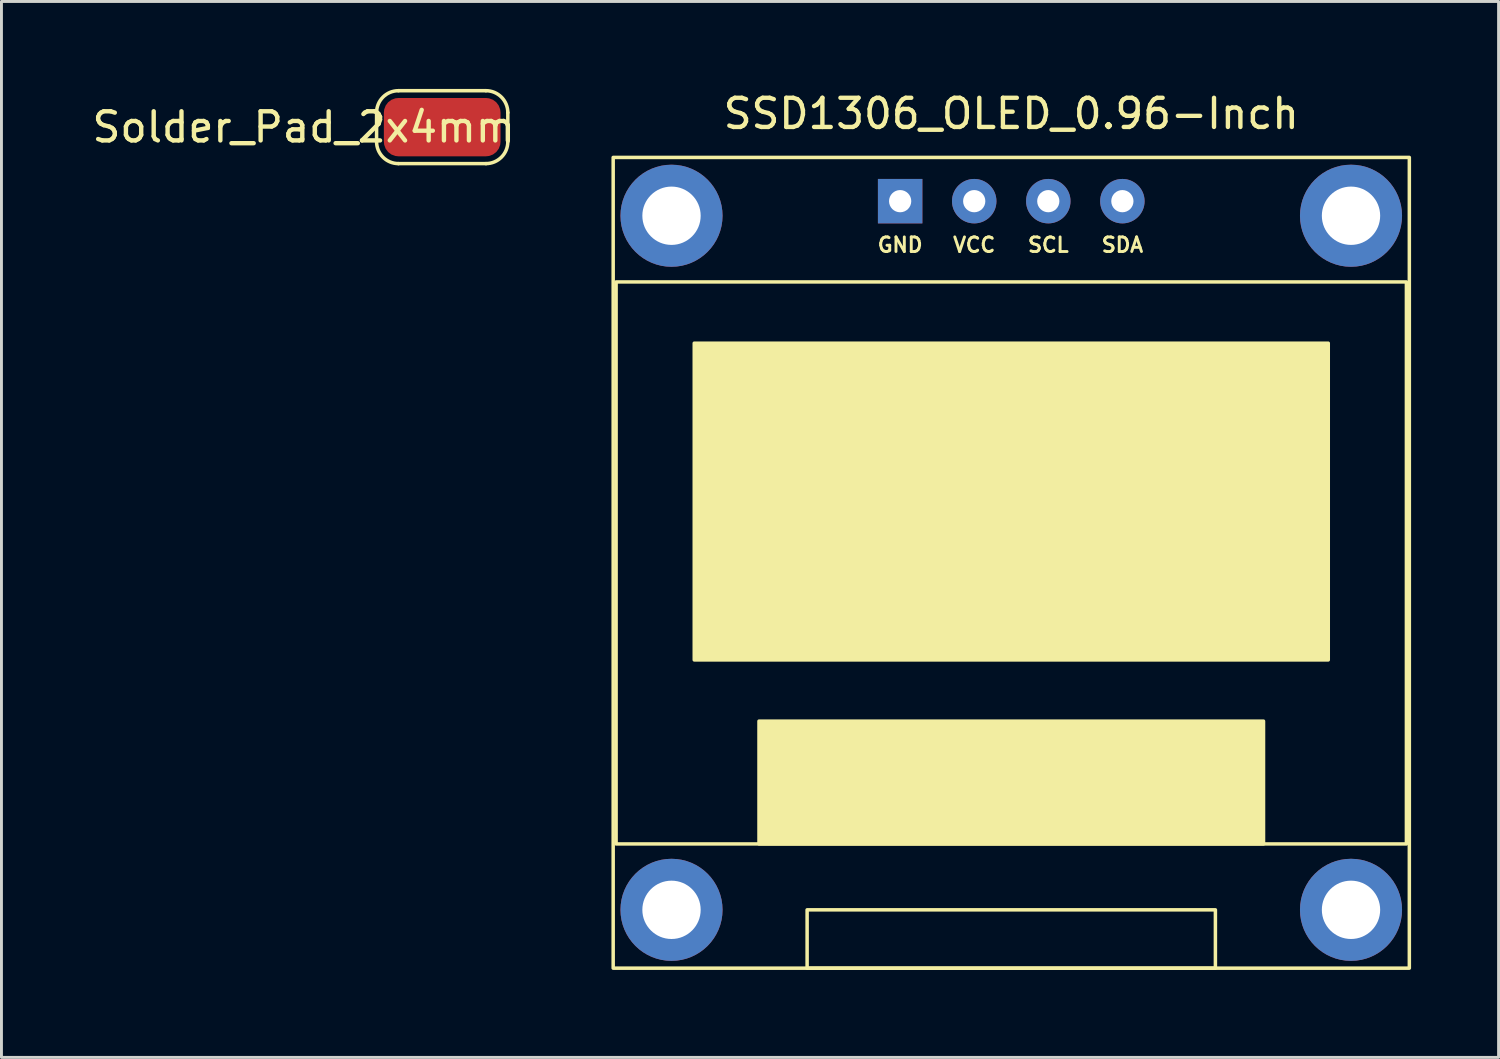
<source format=kicad_pcb>
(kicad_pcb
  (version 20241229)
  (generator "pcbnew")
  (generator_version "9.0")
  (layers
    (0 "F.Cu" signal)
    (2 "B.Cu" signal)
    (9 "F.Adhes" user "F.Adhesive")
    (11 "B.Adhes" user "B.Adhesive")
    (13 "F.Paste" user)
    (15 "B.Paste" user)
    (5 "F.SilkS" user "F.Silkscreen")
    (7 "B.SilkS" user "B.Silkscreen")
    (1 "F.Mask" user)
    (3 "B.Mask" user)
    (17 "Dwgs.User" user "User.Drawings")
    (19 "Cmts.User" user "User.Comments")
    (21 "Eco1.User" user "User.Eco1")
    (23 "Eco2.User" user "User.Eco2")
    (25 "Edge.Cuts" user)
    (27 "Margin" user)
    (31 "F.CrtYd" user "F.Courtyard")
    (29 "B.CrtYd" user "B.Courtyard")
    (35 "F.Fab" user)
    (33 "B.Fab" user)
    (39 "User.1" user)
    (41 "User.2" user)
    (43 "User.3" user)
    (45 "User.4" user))
  (footprint "Solder_Pad_2x4mm"
    (layer "F.Cu")
    (at 12.113 1.31)
    (property "Reference" "Solder_Pad_2x4mm" (at -4.75 0 0) (unlocked yes) (layer "F.SilkS") (effects (font (size 1 1) (thickness 0.15))))
    (attr smd)
    (fp_line (start -2.25 0.5) (end -2.25 -0.5) (stroke (width 0.12) (type solid)) (layer "F.SilkS"))
    (fp_line (start -1.5 -1.25) (end 1.5 -1.25) (stroke (width 0.12) (type solid)) (layer "F.SilkS"))
    (fp_line (start 1.5 1.25) (end -1.5 1.25) (stroke (width 0.12) (type solid)) (layer "F.SilkS"))
    (fp_line (start 2.25 -0.5) (end 2.25 0.5) (stroke (width 0.12) (type solid)) (layer "F.SilkS"))
    (fp_arc (start -2.25 -0.5) (mid -2.03033 -1.03033) (end -1.5 -1.25) (stroke (width 0.12) (type solid)) (layer "F.SilkS"))
    (fp_arc (start -1.5 1.25) (mid -2.03033 1.03033) (end -2.25 0.5) (stroke (width 0.12) (type solid)) (layer "F.SilkS"))
    (fp_arc (start 1.5 -1.25) (mid 2.03033 -1.03033) (end 2.25 -0.5) (stroke (width 0.12) (type solid)) (layer "F.SilkS"))
    (fp_arc (start 2.25 0.5) (mid 2.03033 1.03033) (end 1.5 1.25) (stroke (width 0.12) (type solid)) (layer "F.SilkS"))
    (pad "1" smd roundrect (at 0 0) (size 4 2) (layers "F.Cu" "F.Mask") (roundrect_rratio 0.25)))
  (footprint "SSD1306_OLED_0.96-Inch"
    (layer "F.Cu")
    (at 17.976 2.348)
    (property "Reference" "SSD1306_OLED_0.96-Inch" (at 13.65 -1.5 0) (unlocked yes) (layer "F.SilkS") (effects (font (size 1 1) (thickness 0.15))))
    (attr through_hole)
    (fp_rect (start 0 0) (end 27.3 27.8) (stroke (width 0.12) (type solid)) (fill no) (layer "F.SilkS"))
    (fp_rect (start 0.1 4.27) (end 27.2 23.54) (stroke (width 0.12) (type solid)) (fill no) (layer "F.SilkS"))
    (fp_rect (start 2.78 6.37) (end 24.52 17.23) (stroke (width 0.12) (type solid)) (fill yes) (layer "F.SilkS"))
    (fp_rect (start 5 19.33) (end 22.3 23.54) (stroke (width 0.12) (type solid)) (fill yes) (layer "F.SilkS"))
    (fp_rect (start 6.65 25.8) (end 20.65 27.8) (stroke (width 0.12) (type solid)) (fill no) (layer "F.SilkS"))
    (fp_text user "SDA" (at 17.46 3 0) (unlocked yes) (layer "F.SilkS") (effects (font (size 0.5 0.5) (thickness 0.1))))
    (fp_text user "VCC" (at 12.38 3 0) (unlocked yes) (layer "F.SilkS") (effects (font (size 0.5 0.5) (thickness 0.1))))
    (fp_text user "SCL" (at 14.92 3 0) (unlocked yes) (layer "F.SilkS") (effects (font (size 0.5 0.5) (thickness 0.1))))
    (fp_text user "GND" (at 9.84 3 0) (unlocked yes) (layer "F.SilkS") (effects (font (size 0.5 0.5) (thickness 0.1))))
    (pad "" thru_hole circle (at 2 2) (size 3.5 3.5) (drill 2) (layers "*.Cu" "*.Mask"))
    (pad "" thru_hole circle (at 2 25.8) (size 3.5 3.5) (drill 2) (layers "*.Cu" "*.Mask"))
    (pad "" thru_hole circle (at 25.3 2) (size 3.5 3.5) (drill 2) (layers "*.Cu" "*.Mask"))
    (pad "" thru_hole circle (at 25.3 25.8) (size 3.5 3.5) (drill 2) (layers "*.Cu" "*.Mask"))
    (pad "1" thru_hole rect (at 9.84 1.5) (size 1.524 1.524) (drill 0.762) (layers "*.Cu" "*.Mask"))
    (pad "2" thru_hole circle (at 12.38 1.5) (size 1.524 1.524) (drill 0.762) (layers "*.Cu" "*.Mask"))
    (pad "3" thru_hole circle (at 14.92 1.5) (size 1.524 1.524) (drill 0.762) (layers "*.Cu" "*.Mask"))
    (pad "4" thru_hole circle (at 17.46 1.5) (size 1.524 1.524) (drill 0.762) (layers "*.Cu" "*.Mask")))
  (gr_rect
    (start -3 -3)
    (end 48.336 33.208)
    (stroke (width 0.1) (type default))
    (fill no)
    (layer "Edge.Cuts")))
</source>
